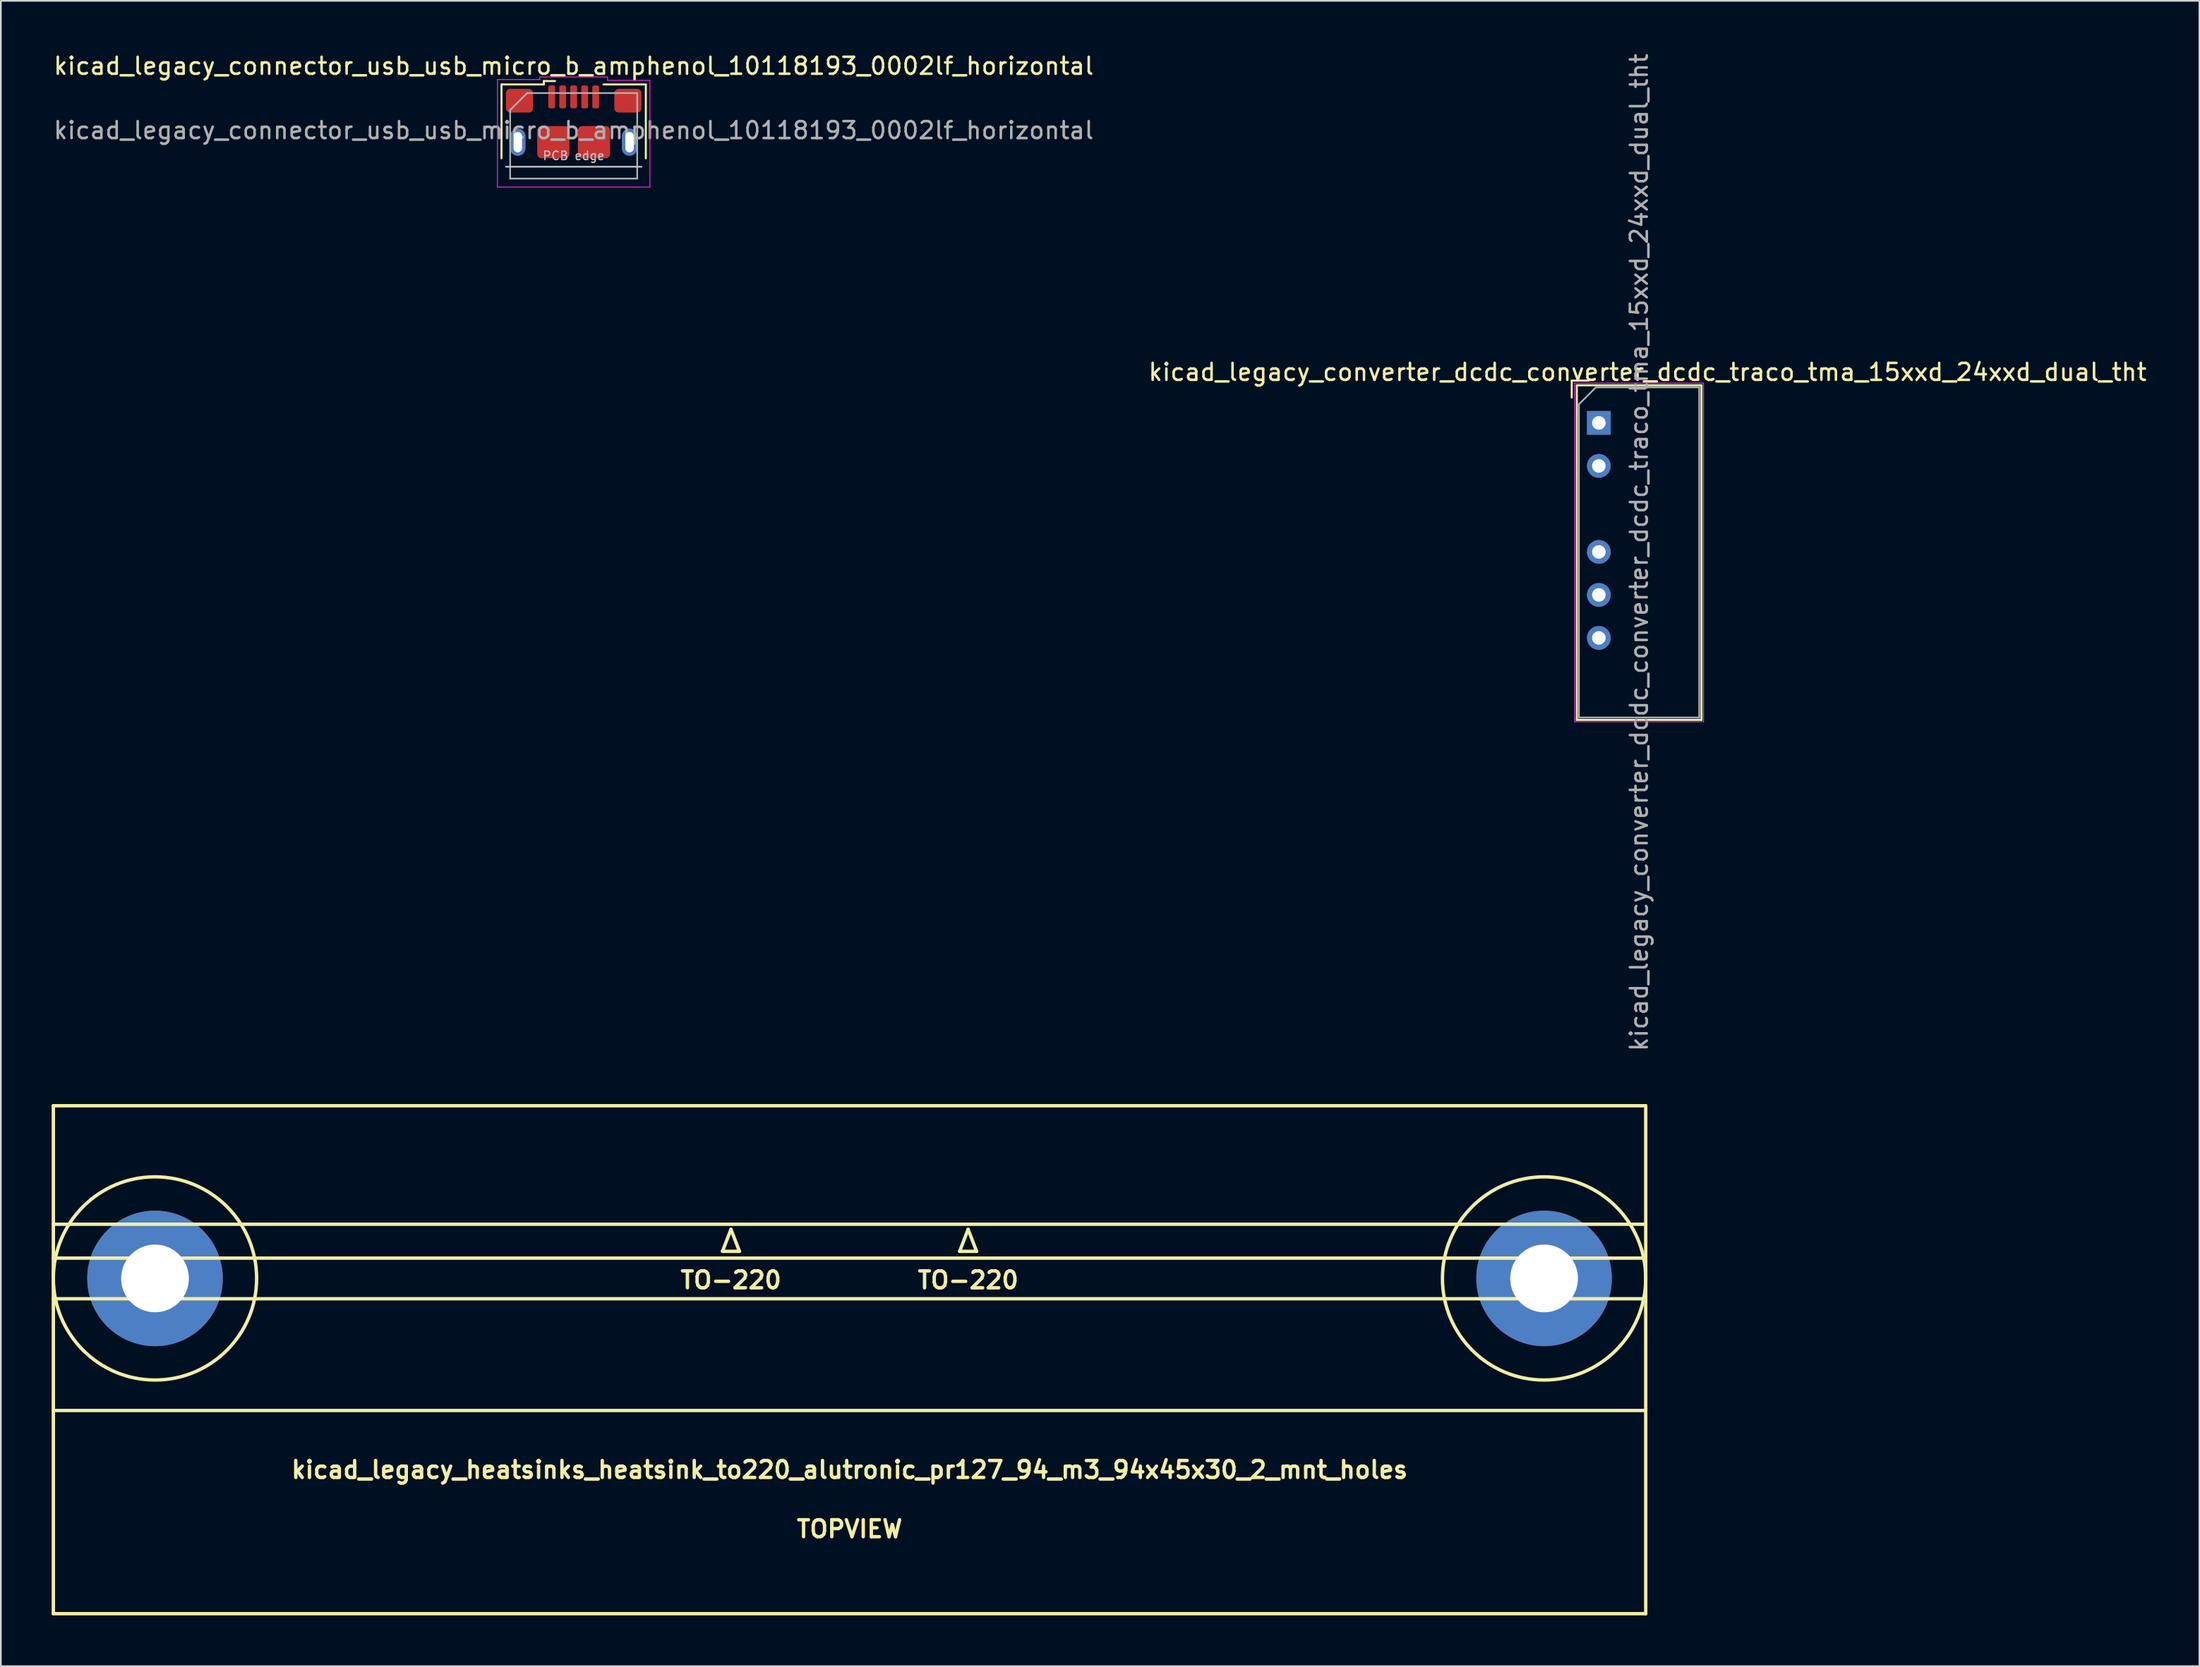
<source format=kicad_pcb>
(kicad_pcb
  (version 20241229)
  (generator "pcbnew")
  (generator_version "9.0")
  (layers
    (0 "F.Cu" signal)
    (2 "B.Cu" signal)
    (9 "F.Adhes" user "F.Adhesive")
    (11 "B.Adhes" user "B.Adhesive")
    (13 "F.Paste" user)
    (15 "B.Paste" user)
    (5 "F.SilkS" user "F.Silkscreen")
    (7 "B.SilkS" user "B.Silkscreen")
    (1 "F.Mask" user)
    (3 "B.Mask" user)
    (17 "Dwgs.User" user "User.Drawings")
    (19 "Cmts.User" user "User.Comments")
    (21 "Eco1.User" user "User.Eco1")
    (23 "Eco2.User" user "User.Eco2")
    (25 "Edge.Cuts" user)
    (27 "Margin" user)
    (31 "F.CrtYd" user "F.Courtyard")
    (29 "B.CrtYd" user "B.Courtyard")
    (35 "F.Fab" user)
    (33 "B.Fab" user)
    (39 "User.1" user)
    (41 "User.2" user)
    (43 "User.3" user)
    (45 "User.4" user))
  (footprint "kicad_legacy_connector_usb_usb_micro_b_amphenol_10118193_0002lf_horizontal"
    (layer "F.Cu")
    (at 30.815 5.348)
    (property "Reference" "kicad_legacy_connector_usb_usb_micro_b_amphenol_10118193_0002lf_horizontal" (at 0 -4.5 0) (layer "F.SilkS") (effects (font (size 1 1) (thickness 0.15))))
    (attr smd)
    (fp_line (start -4.26 -3.41) (end -4.26 0.95) (stroke (width 0.12) (type solid)) (layer "F.SilkS"))
    (fp_line (start -4.26 -3.41) (end -1.76 -3.41) (stroke (width 0.12) (type default)) (layer "F.SilkS"))
    (fp_line (start -1.76 -3.41) (end -1.76 -3.61) (stroke (width 0.12) (type default)) (layer "F.SilkS"))
    (fp_line (start -1.1 -3.61) (end -1.76 -3.61) (stroke (width 0.12) (type default)) (layer "F.SilkS"))
    (fp_line (start 1.76 -3.41) (end 4.26 -3.41) (stroke (width 0.12) (type default)) (layer "F.SilkS"))
    (fp_line (start 4.26 -3.41) (end 4.26 0.95) (stroke (width 0.12) (type solid)) (layer "F.SilkS"))
    (fp_line (start -4 1.45) (end 4 1.45) (stroke (width 0.1) (type solid)) (layer "Dwgs.User"))
    (fp_line (start -4.5 -3.7) (end -4.5 2.65) (stroke (width 0.05) (type solid)) (layer "F.CrtYd"))
    (fp_line (start -4.5 -3.7) (end -2 -3.7) (stroke (width 0.05) (type default)) (layer "F.CrtYd"))
    (fp_line (start -2 -3.85) (end 2 -3.85) (stroke (width 0.05) (type solid)) (layer "F.CrtYd"))
    (fp_line (start -2 -3.7) (end -2 -3.85) (stroke (width 0.05) (type default)) (layer "F.CrtYd"))
    (fp_line (start 2 -3.65) (end 2 -3.85) (stroke (width 0.05) (type default)) (layer "F.CrtYd"))
    (fp_line (start 4.5 -3.65) (end 2 -3.65) (stroke (width 0.05) (type default)) (layer "F.CrtYd"))
    (fp_line (start 4.5 2.65) (end -4.5 2.65) (stroke (width 0.05) (type solid)) (layer "F.CrtYd"))
    (fp_line (start 4.5 2.65) (end 4.5 -3.65) (stroke (width 0.05) (type solid)) (layer "F.CrtYd"))
    (fp_line (start -3.75 -1.9) (end -3.75 2.15) (stroke (width 0.1) (type solid)) (layer "F.Fab"))
    (fp_line (start -3.75 -1.9) (end -2.75 -2.9) (stroke (width 0.1) (type default)) (layer "F.Fab"))
    (fp_line (start -3.75 2.15) (end 3.75 2.15) (stroke (width 0.1) (type solid)) (layer "F.Fab"))
    (fp_line (start 3.73 -2.9) (end -2.75 -2.9) (stroke (width 0.1) (type solid)) (layer "F.Fab"))
    (fp_line (start 3.75 2.15) (end 3.75 -2.9) (stroke (width 0.1) (type solid)) (layer "F.Fab"))
    (fp_text user "PCB edge" (at 0 0.8 0) (layer "Dwgs.User") (effects (font (size 0.5 0.5) (thickness 0.075))))
    (fp_text user "${REFERENCE}" (at 0 -0.7 0) (layer "F.Fab") (effects (font (size 1 1) (thickness 0.15))))
    (pad "1" smd roundrect (at -1.3 -2.675) (size 0.4 1.35) (layers "F.Cu" "F.Mask" "F.Paste") (roundrect_rratio 0.25))
    (pad "2" smd roundrect (at -0.65 -2.675) (size 0.4 1.35) (layers "F.Cu" "F.Mask" "F.Paste") (roundrect_rratio 0.25))
    (pad "3" smd roundrect (at 0 -2.675) (size 0.4 1.35) (layers "F.Cu" "F.Mask" "F.Paste") (roundrect_rratio 0.25))
    (pad "4" smd roundrect (at 0.65 -2.675) (size 0.4 1.35) (layers "F.Cu" "F.Mask" "F.Paste") (roundrect_rratio 0.25))
    (pad "5" smd roundrect (at 1.3 -2.675) (size 0.4 1.35) (layers "F.Cu" "F.Mask" "F.Paste") (roundrect_rratio 0.25))
    (pad "6" thru_hole oval (at -3.3 0 90) (size 1.6 0.9) (drill oval 1.2 0.5) (layers "*.Cu" "*.Mask" "F.Paste"))
    (pad "6" smd roundrect (at -3.2 -2.45) (size 1.6 1.4) (layers "F.Cu" "F.Mask" "F.Paste") (roundrect_rratio 0.179))
    (pad "6" smd roundrect (at -1.2 0) (size 1.9 1.9) (layers "F.Cu" "F.Mask" "F.Paste") (roundrect_rratio 0.132))
    (pad "6" smd roundrect (at 1.2 0) (size 1.9 1.9) (layers "F.Cu" "F.Mask" "F.Paste") (roundrect_rratio 0.132))
    (pad "6" smd roundrect (at 3.2 -2.45) (size 1.6 1.4) (layers "F.Cu" "F.Mask" "F.Paste") (roundrect_rratio 0.179))
    (pad "6" thru_hole oval (at 3.3 0 90) (size 1.6 0.9) (drill oval 1.2 0.5) (layers "*.Cu" "*.Mask" "F.Paste")))
  (footprint "kicad_legacy_heatsinks_heatsink_to220_alutronic_pr127_94_m3_94x45x30_2_mnt_holes"
    (layer "F.Cu")
    (at 47.1 77.255)
    (property "Reference" "kicad_legacy_heatsinks_heatsink_to220_alutronic_pr127_94_m3_94x45x30_2_mnt_holes" (at 0 6.5 0) (layer "F.SilkS") (effects (font (size 1 1) (thickness 0.2))))
    (attr through_hole)
    (fp_line (start -47 -15) (end 47 -15) (stroke (width 0.2) (type solid)) (layer "F.SilkS"))
    (fp_line (start -47 -8) (end 47 -8) (stroke (width 0.2) (type solid)) (layer "F.SilkS"))
    (fp_line (start -47 -6) (end 47 -6) (stroke (width 0.2) (type solid)) (layer "F.SilkS"))
    (fp_line (start -47 3) (end 47 3) (stroke (width 0.2) (type solid)) (layer "F.SilkS"))
    (fp_line (start -47 15) (end -47 -15) (stroke (width 0.2) (type solid)) (layer "F.SilkS"))
    (fp_line (start -7.5 -6.4) (end -6.5 -6.4) (stroke (width 0.2) (type solid)) (layer "F.SilkS"))
    (fp_line (start -7 -7.7) (end -7.5 -6.4) (stroke (width 0.2) (type solid)) (layer "F.SilkS"))
    (fp_line (start -6.5 -6.4) (end -7 -7.7) (stroke (width 0.2) (type solid)) (layer "F.SilkS"))
    (fp_line (start 6.5 -6.4) (end 7.5 -6.4) (stroke (width 0.2) (type solid)) (layer "F.SilkS"))
    (fp_line (start 7 -7.7) (end 6.5 -6.4) (stroke (width 0.2) (type solid)) (layer "F.SilkS"))
    (fp_line (start 7.5 -6.4) (end 7 -7.7) (stroke (width 0.2) (type solid)) (layer "F.SilkS"))
    (fp_line (start 47 -15) (end 47 15) (stroke (width 0.2) (type solid)) (layer "F.SilkS"))
    (fp_line (start 47 -3.6) (end -47 -3.6) (stroke (width 0.2) (type solid)) (layer "F.SilkS"))
    (fp_line (start 47 15) (end -47 15) (stroke (width 0.2) (type solid)) (layer "F.SilkS"))
    (fp_circle (center -41 -4.8) (end -35 -4.8) (stroke (width 0.2) (type solid)) (fill no) (layer "F.SilkS"))
    (fp_circle (center 41 -4.8) (end 47 -4.8) (stroke (width 0.2) (type solid)) (fill no) (layer "F.SilkS"))
    (fp_text user "TO-220" (at -7 -4.7 0) (layer "F.SilkS") (effects (font (size 1 1) (thickness 0.2))))
    (fp_text user "TOPVIEW" (at 0 10 0) (layer "F.SilkS") (effects (font (size 1 1) (thickness 0.2))))
    (fp_text user "TO-220" (at 7 -4.7 0) (layer "F.SilkS") (effects (font (size 1 1) (thickness 0.2))))
    (pad "1" thru_hole circle (at -41 -4.8) (size 8 8) (drill 4) (layers "*.Cu" "*.Mask"))
    (pad "2" thru_hole circle (at 41 -4.8) (size 8 8) (drill 4) (layers "*.Cu" "*.Mask")))
  (footprint "kicad_legacy_converter_dcdc_converter_dcdc_traco_tma_15xxd_24xxd_dual_tht"
    (layer "F.Cu")
    (at 91.333 21.927)
    (property "Reference" "kicad_legacy_converter_dcdc_converter_dcdc_traco_tma_15xxd_24xxd_dual_tht" (at 2.875 -3 0) (layer "F.SilkS") (effects (font (size 1 1) (thickness 0.15))))
    (attr through_hole)
    (fp_line (start -1.6 -2.5) (end -1.6 -1.5) (stroke (width 0.12) (type solid)) (layer "F.SilkS"))
    (fp_line (start -1.6 -2.5) (end -0.6 -2.5) (stroke (width 0.12) (type solid)) (layer "F.SilkS"))
    (fp_line (start -1.3 -2.22) (end -1.3 17.54) (stroke (width 0.12) (type solid)) (layer "F.SilkS"))
    (fp_line (start 6.06 -2.22) (end -1.3 -2.22) (stroke (width 0.12) (type solid)) (layer "F.SilkS"))
    (fp_line (start 6.06 -2.22) (end 6.06 17.54) (stroke (width 0.12) (type solid)) (layer "F.SilkS"))
    (fp_line (start 6.06 17.54) (end -1.3 17.54) (stroke (width 0.12) (type solid)) (layer "F.SilkS"))
    (fp_line (start -1.43 -2.35) (end -1.43 17.65) (stroke (width 0.05) (type solid)) (layer "F.CrtYd"))
    (fp_line (start 6.18 -2.35) (end -1.43 -2.35) (stroke (width 0.05) (type solid)) (layer "F.CrtYd"))
    (fp_line (start 6.18 -2.35) (end 6.18 17.65) (stroke (width 0.05) (type solid)) (layer "F.CrtYd"))
    (fp_line (start 6.18 17.65) (end -1.43 17.65) (stroke (width 0.05) (type solid)) (layer "F.CrtYd"))
    (fp_line (start -1.175 17.4) (end -1.175 -1.1) (stroke (width 0.1) (type solid)) (layer "F.Fab"))
    (fp_line (start -0.175 -2.1) (end -1.175 -1.1) (stroke (width 0.1) (type solid)) (layer "F.Fab"))
    (fp_line (start -0.175 -2.1) (end 5.925 -2.1) (stroke (width 0.1) (type solid)) (layer "F.Fab"))
    (fp_line (start 5.925 -2.1) (end 5.925 17.4) (stroke (width 0.1) (type solid)) (layer "F.Fab"))
    (fp_line (start 5.925 17.4) (end -1.175 17.4) (stroke (width 0.1) (type solid)) (layer "F.Fab"))
    (fp_text user "${REFERENCE}" (at 2.375 7.65 270) (layer "F.Fab") (effects (font (size 1 1) (thickness 0.15))))
    (pad "1" thru_hole rect (at 0 0 270) (size 1.4 1.4) (drill 0.8) (layers "*.Cu" "*.Mask"))
    (pad "2" thru_hole circle (at 0 2.54 270) (size 1.4 1.4) (drill 0.8) (layers "*.Cu" "*.Mask"))
    (pad "4" thru_hole circle (at 0 7.62 270) (size 1.4 1.4) (drill 0.8) (layers "*.Cu" "*.Mask"))
    (pad "5" thru_hole circle (at 0 10.16 270) (size 1.4 1.4) (drill 0.8) (layers "*.Cu" "*.Mask"))
    (pad "6" thru_hole circle (at 0 12.7 270) (size 1.4 1.4) (drill 0.8) (layers "*.Cu" "*.Mask")))
  (gr_rect
    (start -3 -3)
    (end 126.786 95.355)
    (stroke (width 0.1) (type default))
    (fill no)
    (layer "Edge.Cuts")))
</source>
